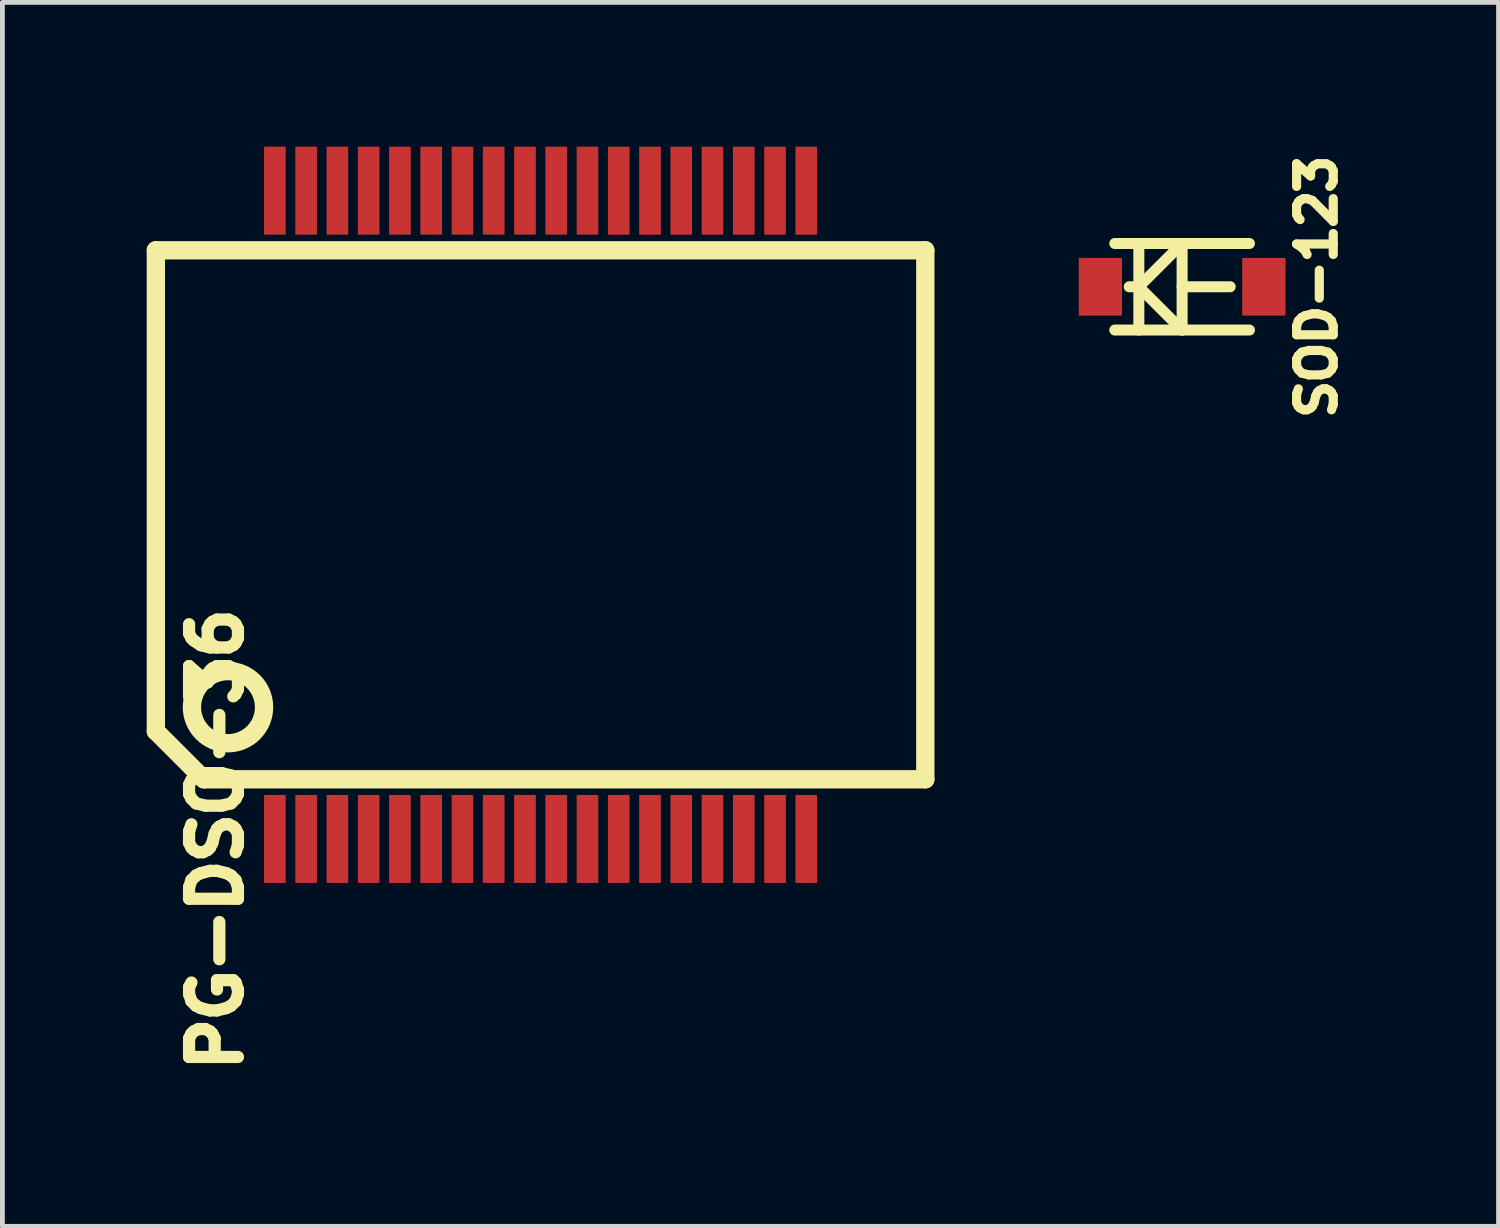
<source format=kicad_pcb>
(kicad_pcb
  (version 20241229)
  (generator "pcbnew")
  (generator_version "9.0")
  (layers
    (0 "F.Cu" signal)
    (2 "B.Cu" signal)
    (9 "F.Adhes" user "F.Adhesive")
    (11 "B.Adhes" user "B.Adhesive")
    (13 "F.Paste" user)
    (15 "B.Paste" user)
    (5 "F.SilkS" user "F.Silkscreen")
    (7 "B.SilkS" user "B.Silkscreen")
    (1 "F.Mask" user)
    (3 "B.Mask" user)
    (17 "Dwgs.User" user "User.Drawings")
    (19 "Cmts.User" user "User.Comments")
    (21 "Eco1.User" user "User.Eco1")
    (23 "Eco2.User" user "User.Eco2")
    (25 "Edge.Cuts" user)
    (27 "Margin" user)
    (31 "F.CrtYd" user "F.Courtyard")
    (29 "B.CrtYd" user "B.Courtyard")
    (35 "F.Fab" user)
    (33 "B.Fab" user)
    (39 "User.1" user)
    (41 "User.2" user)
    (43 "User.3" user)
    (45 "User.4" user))
  (footprint "SOD-123"
    (layer "F.Cu")
    (at 21.531 2.913)
    (property "Reference" "SOD-123" (at 2.8 0 270) (layer "F.SilkS") (effects (font (size 0.762 0.762) (thickness 0.191))))
    (attr smd)
    (fp_line (start -1.4 -0.9) (end 1.4 -0.9) (stroke (width 0.229) (type solid)) (layer "F.SilkS"))
    (fp_line (start -1.4 0.9) (end 1.4 0.9) (stroke (width 0.229) (type solid)) (layer "F.SilkS"))
    (fp_line (start -1.1 0) (end -0.9 0) (stroke (width 0.229) (type solid)) (layer "F.SilkS"))
    (fp_line (start -0.9 -0.9) (end -0.9 0.9) (stroke (width 0.229) (type solid)) (layer "F.SilkS"))
    (fp_line (start -0.9 0) (end 0 -0.9) (stroke (width 0.229) (type solid)) (layer "F.SilkS"))
    (fp_line (start 0 -0.9) (end 0 0.9) (stroke (width 0.229) (type solid)) (layer "F.SilkS"))
    (fp_line (start 0 0) (end 1 0) (stroke (width 0.229) (type solid)) (layer "F.SilkS"))
    (fp_line (start 0 0.9) (end -0.9 0) (stroke (width 0.229) (type solid)) (layer "F.SilkS"))
    (pad "1" smd rect (at -1.7 0) (size 0.9 1.2) (layers "F.Cu" "F.Mask" "F.Paste"))
    (pad "2" smd rect (at 1.7 0) (size 0.9 1.2) (layers "F.Cu" "F.Mask" "F.Paste")))
  (footprint "PG-DSO-36"
    (layer "F.Cu")
    (at 8.191 7.655)
    (property "Reference" "PG-DSO-36" (at -6.75 6.75 90) (layer "F.SilkS") (effects (font (size 1.016 1.016) (thickness 0.254))))
    (attr through_hole)
    (fp_line (start -8 -5.5) (end -8 4.5) (stroke (width 0.381) (type solid)) (layer "F.SilkS"))
    (fp_line (start -8 4.5) (end -7 5.5) (stroke (width 0.381) (type solid)) (layer "F.SilkS"))
    (fp_line (start -7 5.5) (end 8 5.5) (stroke (width 0.381) (type solid)) (layer "F.SilkS"))
    (fp_line (start 8 -5.5) (end -8 -5.5) (stroke (width 0.381) (type solid)) (layer "F.SilkS"))
    (fp_line (start 8 5.5) (end 8 -5.5) (stroke (width 0.381) (type solid)) (layer "F.SilkS"))
    (fp_circle (center -6.5 4) (end -6.5 3.25) (stroke (width 0.381) (type solid)) (fill no) (layer "F.SilkS"))
    (pad "1" smd rect (at -5.525 6.74) (size 0.45 1.83) (layers "F.Cu" "F.Mask" "F.Paste"))
    (pad "2" smd rect (at -4.875 6.74) (size 0.45 1.83) (layers "F.Cu" "F.Mask" "F.Paste"))
    (pad "3" smd rect (at -4.225 6.74) (size 0.45 1.83) (layers "F.Cu" "F.Mask" "F.Paste"))
    (pad "4" smd rect (at -3.575 6.74) (size 0.45 1.83) (layers "F.Cu" "F.Mask" "F.Paste"))
    (pad "5" smd rect (at -2.925 6.74) (size 0.45 1.83) (layers "F.Cu" "F.Mask" "F.Paste"))
    (pad "6" smd rect (at -2.275 6.74) (size 0.45 1.83) (layers "F.Cu" "F.Mask" "F.Paste"))
    (pad "7" smd rect (at -1.625 6.74) (size 0.45 1.83) (layers "F.Cu" "F.Mask" "F.Paste"))
    (pad "8" smd rect (at -0.975 6.74) (size 0.45 1.83) (layers "F.Cu" "F.Mask" "F.Paste"))
    (pad "9" smd rect (at -0.325 6.74) (size 0.45 1.83) (layers "F.Cu" "F.Mask" "F.Paste"))
    (pad "10" smd rect (at 0.325 6.74) (size 0.45 1.83) (layers "F.Cu" "F.Mask" "F.Paste"))
    (pad "11" smd rect (at 0.975 6.74) (size 0.45 1.83) (layers "F.Cu" "F.Mask" "F.Paste"))
    (pad "12" smd rect (at 1.625 6.74) (size 0.45 1.83) (layers "F.Cu" "F.Mask" "F.Paste"))
    (pad "13" smd rect (at 2.275 6.74) (size 0.45 1.83) (layers "F.Cu" "F.Mask" "F.Paste"))
    (pad "14" smd rect (at 2.925 6.74) (size 0.45 1.83) (layers "F.Cu" "F.Mask" "F.Paste"))
    (pad "15" smd rect (at 3.575 6.74) (size 0.45 1.83) (layers "F.Cu" "F.Mask" "F.Paste"))
    (pad "16" smd rect (at 4.225 6.74) (size 0.45 1.83) (layers "F.Cu" "F.Mask" "F.Paste"))
    (pad "17" smd rect (at 4.875 6.74) (size 0.45 1.83) (layers "F.Cu" "F.Mask" "F.Paste"))
    (pad "18" smd rect (at 5.525 6.74) (size 0.45 1.83) (layers "F.Cu" "F.Mask" "F.Paste"))
    (pad "19" smd rect (at 5.525 -6.74) (size 0.45 1.83) (layers "F.Cu" "F.Mask" "F.Paste"))
    (pad "20" smd rect (at 4.875 -6.74) (size 0.45 1.83) (layers "F.Cu" "F.Mask" "F.Paste"))
    (pad "21" smd rect (at 4.225 -6.74) (size 0.45 1.83) (layers "F.Cu" "F.Mask" "F.Paste"))
    (pad "22" smd rect (at 3.575 -6.74) (size 0.45 1.83) (layers "F.Cu" "F.Mask" "F.Paste"))
    (pad "23" smd rect (at 2.925 -6.74) (size 0.45 1.83) (layers "F.Cu" "F.Mask" "F.Paste"))
    (pad "24" smd rect (at 2.275 -6.74) (size 0.45 1.83) (layers "F.Cu" "F.Mask" "F.Paste"))
    (pad "25" smd rect (at 1.625 -6.74) (size 0.45 1.83) (layers "F.Cu" "F.Mask" "F.Paste"))
    (pad "26" smd rect (at 0.975 -6.74) (size 0.45 1.83) (layers "F.Cu" "F.Mask" "F.Paste"))
    (pad "27" smd rect (at 0.325 -6.74) (size 0.45 1.83) (layers "F.Cu" "F.Mask" "F.Paste"))
    (pad "28" smd rect (at -0.325 -6.74) (size 0.45 1.83) (layers "F.Cu" "F.Mask" "F.Paste"))
    (pad "29" smd rect (at -0.975 -6.74) (size 0.45 1.83) (layers "F.Cu" "F.Mask" "F.Paste"))
    (pad "30" smd rect (at -1.625 -6.74) (size 0.45 1.83) (layers "F.Cu" "F.Mask" "F.Paste"))
    (pad "31" smd rect (at -2.275 -6.74) (size 0.45 1.83) (layers "F.Cu" "F.Mask" "F.Paste"))
    (pad "32" smd rect (at -2.925 -6.74) (size 0.45 1.83) (layers "F.Cu" "F.Mask" "F.Paste"))
    (pad "33" smd rect (at -3.575 -6.74) (size 0.45 1.83) (layers "F.Cu" "F.Mask" "F.Paste"))
    (pad "34" smd rect (at -4.225 -6.74) (size 0.45 1.83) (layers "F.Cu" "F.Mask" "F.Paste"))
    (pad "35" smd rect (at -4.875 -6.74) (size 0.45 1.83) (layers "F.Cu" "F.Mask" "F.Paste"))
    (pad "36" smd rect (at -5.525 -6.74) (size 0.45 1.83) (layers "F.Cu" "F.Mask" "F.Paste")))
  (gr_rect
    (start -3 -3)
    (end 28.111 22.45)
    (stroke (width 0.1) (type default))
    (fill no)
    (layer "Edge.Cuts")))
</source>
